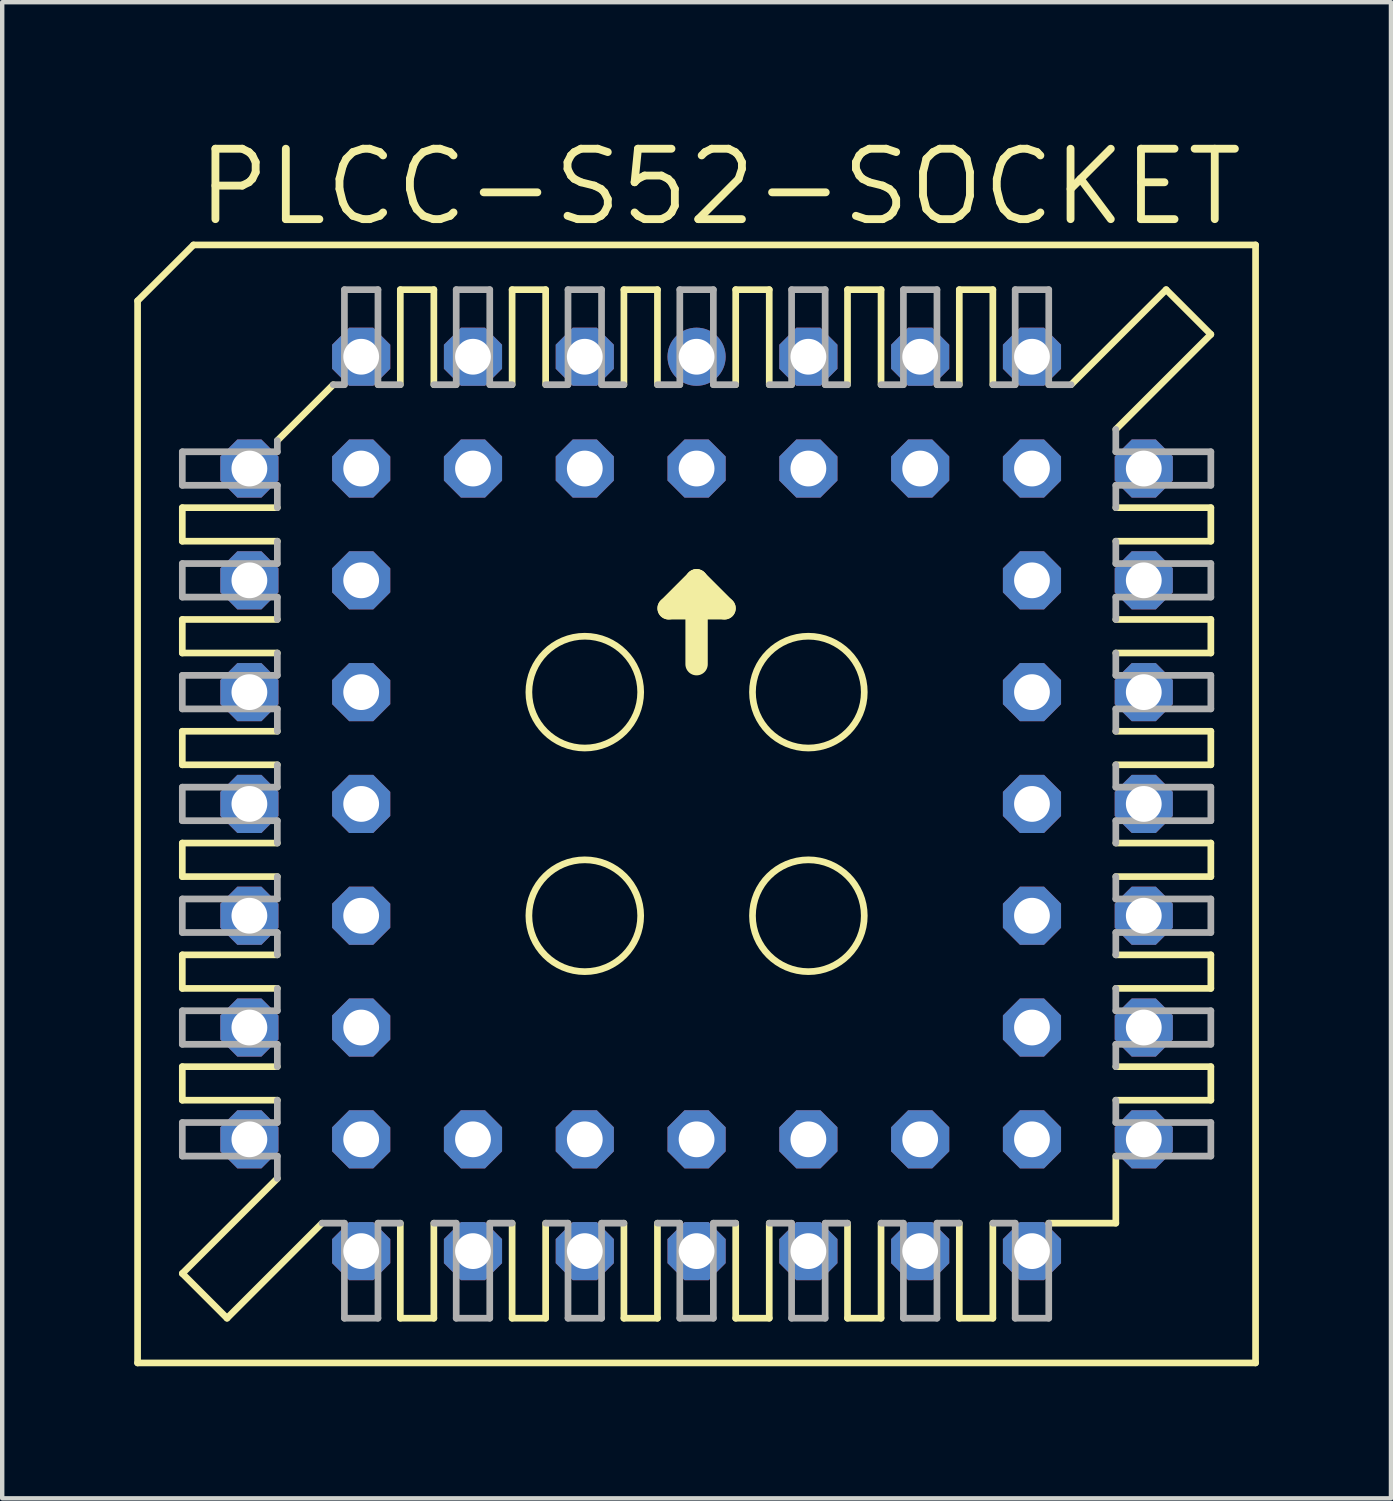
<source format=kicad_pcb>
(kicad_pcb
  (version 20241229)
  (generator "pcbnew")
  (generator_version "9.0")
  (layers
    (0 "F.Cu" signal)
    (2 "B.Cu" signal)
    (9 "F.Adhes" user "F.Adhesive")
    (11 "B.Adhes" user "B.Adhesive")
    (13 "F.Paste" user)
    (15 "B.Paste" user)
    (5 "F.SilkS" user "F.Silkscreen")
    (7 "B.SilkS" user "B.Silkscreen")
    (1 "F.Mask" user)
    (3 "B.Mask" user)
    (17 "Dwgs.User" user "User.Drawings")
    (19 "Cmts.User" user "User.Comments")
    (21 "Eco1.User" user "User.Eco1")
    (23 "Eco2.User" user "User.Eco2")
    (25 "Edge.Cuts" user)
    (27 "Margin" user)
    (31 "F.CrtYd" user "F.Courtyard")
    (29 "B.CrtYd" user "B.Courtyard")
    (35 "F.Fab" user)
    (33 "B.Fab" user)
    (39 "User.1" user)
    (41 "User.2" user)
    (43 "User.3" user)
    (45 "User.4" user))
  (footprint "PLCC-S52-SOCKET"
    (layer "F.Cu")
    (at 12.776 15.215)
    (property "Reference" "PLCC-S52-SOCKET" (at -11.43 -13.081 0) (layer "F.SilkS") (effects (font (size 1.6 1.6) (thickness 0.178)) (justify left bottom)))
    (fp_line (start -12.7 -11.43) (end -12.7 12.7) (stroke (width 0.152) (type solid)) (layer "F.SilkS"))
    (fp_line (start -11.684 -6.731) (end -11.684 -5.969) (stroke (width 0.152) (type solid)) (layer "F.SilkS"))
    (fp_line (start -11.684 -6.731) (end -9.525 -6.731) (stroke (width 0.152) (type solid)) (layer "F.SilkS"))
    (fp_line (start -11.684 -4.191) (end -11.684 -3.429) (stroke (width 0.152) (type solid)) (layer "F.SilkS"))
    (fp_line (start -11.684 -4.191) (end -9.525 -4.191) (stroke (width 0.152) (type solid)) (layer "F.SilkS"))
    (fp_line (start -11.684 -0.889) (end -11.684 -1.651) (stroke (width 0.152) (type solid)) (layer "F.SilkS"))
    (fp_line (start -11.684 -0.889) (end -9.525 -0.889) (stroke (width 0.152) (type solid)) (layer "F.SilkS"))
    (fp_line (start -11.684 1.651) (end -11.684 0.889) (stroke (width 0.152) (type solid)) (layer "F.SilkS"))
    (fp_line (start -11.684 1.651) (end -9.525 1.651) (stroke (width 0.152) (type solid)) (layer "F.SilkS"))
    (fp_line (start -11.684 4.191) (end -11.684 3.429) (stroke (width 0.152) (type solid)) (layer "F.SilkS"))
    (fp_line (start -11.684 4.191) (end -9.525 4.191) (stroke (width 0.152) (type solid)) (layer "F.SilkS"))
    (fp_line (start -11.684 5.969) (end -11.684 6.731) (stroke (width 0.152) (type solid)) (layer "F.SilkS"))
    (fp_line (start -11.684 5.969) (end -9.525 5.969) (stroke (width 0.152) (type solid)) (layer "F.SilkS"))
    (fp_line (start -11.684 10.668) (end -9.525 8.509) (stroke (width 0.152) (type solid)) (layer "F.SilkS"))
    (fp_line (start -11.43 -12.7) (end -12.7 -11.43) (stroke (width 0.152) (type solid)) (layer "F.SilkS"))
    (fp_line (start -10.668 11.684) (end -11.684 10.668) (stroke (width 0.152) (type solid)) (layer "F.SilkS"))
    (fp_line (start -10.668 11.684) (end -8.509 9.525) (stroke (width 0.152) (type solid)) (layer "F.SilkS"))
    (fp_line (start -9.525 -8.255) (end -8.255 -9.525) (stroke (width 0.152) (type solid)) (layer "F.SilkS"))
    (fp_line (start -9.525 -5.969) (end -11.684 -5.969) (stroke (width 0.152) (type solid)) (layer "F.SilkS"))
    (fp_line (start -9.525 -3.429) (end -11.684 -3.429) (stroke (width 0.152) (type solid)) (layer "F.SilkS"))
    (fp_line (start -9.525 -1.651) (end -11.684 -1.651) (stroke (width 0.152) (type solid)) (layer "F.SilkS"))
    (fp_line (start -9.525 0.889) (end -11.684 0.889) (stroke (width 0.152) (type solid)) (layer "F.SilkS"))
    (fp_line (start -9.525 3.429) (end -11.684 3.429) (stroke (width 0.152) (type solid)) (layer "F.SilkS"))
    (fp_line (start -9.525 6.731) (end -11.684 6.731) (stroke (width 0.152) (type solid)) (layer "F.SilkS"))
    (fp_line (start -6.731 -9.525) (end -6.731 -11.684) (stroke (width 0.152) (type solid)) (layer "F.SilkS"))
    (fp_line (start -6.731 11.684) (end -6.731 9.525) (stroke (width 0.152) (type solid)) (layer "F.SilkS"))
    (fp_line (start -6.731 11.684) (end -5.969 11.684) (stroke (width 0.152) (type solid)) (layer "F.SilkS"))
    (fp_line (start -5.969 -11.684) (end -6.731 -11.684) (stroke (width 0.152) (type solid)) (layer "F.SilkS"))
    (fp_line (start -5.969 -11.684) (end -5.969 -9.525) (stroke (width 0.152) (type solid)) (layer "F.SilkS"))
    (fp_line (start -5.969 9.525) (end -5.969 11.684) (stroke (width 0.152) (type solid)) (layer "F.SilkS"))
    (fp_line (start -4.191 -9.525) (end -4.191 -11.684) (stroke (width 0.152) (type solid)) (layer "F.SilkS"))
    (fp_line (start -4.191 11.684) (end -4.191 9.525) (stroke (width 0.152) (type solid)) (layer "F.SilkS"))
    (fp_line (start -4.191 11.684) (end -3.429 11.684) (stroke (width 0.152) (type solid)) (layer "F.SilkS"))
    (fp_line (start -3.429 -11.684) (end -4.191 -11.684) (stroke (width 0.152) (type solid)) (layer "F.SilkS"))
    (fp_line (start -3.429 -11.684) (end -3.429 -9.525) (stroke (width 0.152) (type solid)) (layer "F.SilkS"))
    (fp_line (start -3.429 9.525) (end -3.429 11.684) (stroke (width 0.152) (type solid)) (layer "F.SilkS"))
    (fp_line (start -1.651 -9.525) (end -1.651 -11.684) (stroke (width 0.152) (type solid)) (layer "F.SilkS"))
    (fp_line (start -1.651 11.684) (end -1.651 9.525) (stroke (width 0.152) (type solid)) (layer "F.SilkS"))
    (fp_line (start -1.651 11.684) (end -0.889 11.684) (stroke (width 0.152) (type solid)) (layer "F.SilkS"))
    (fp_line (start -0.889 -11.684) (end -1.651 -11.684) (stroke (width 0.152) (type solid)) (layer "F.SilkS"))
    (fp_line (start -0.889 -11.684) (end -0.889 -9.525) (stroke (width 0.152) (type solid)) (layer "F.SilkS"))
    (fp_line (start -0.889 9.525) (end -0.889 11.684) (stroke (width 0.152) (type solid)) (layer "F.SilkS"))
    (fp_line (start -0.635 -4.445) (end 0 -5.08) (stroke (width 0.508) (type solid)) (layer "F.SilkS"))
    (fp_line (start 0 -5.08) (end 0 -3.175) (stroke (width 0.508) (type solid)) (layer "F.SilkS"))
    (fp_line (start 0 -5.08) (end 0.635 -4.445) (stroke (width 0.508) (type solid)) (layer "F.SilkS"))
    (fp_line (start 0.635 -4.445) (end -0.635 -4.445) (stroke (width 0.508) (type solid)) (layer "F.SilkS"))
    (fp_line (start 0.889 -9.525) (end 0.889 -11.684) (stroke (width 0.152) (type solid)) (layer "F.SilkS"))
    (fp_line (start 0.889 11.684) (end 0.889 9.525) (stroke (width 0.152) (type solid)) (layer "F.SilkS"))
    (fp_line (start 0.889 11.684) (end 1.651 11.684) (stroke (width 0.152) (type solid)) (layer "F.SilkS"))
    (fp_line (start 1.651 -11.684) (end 0.889 -11.684) (stroke (width 0.152) (type solid)) (layer "F.SilkS"))
    (fp_line (start 1.651 -11.684) (end 1.651 -9.525) (stroke (width 0.152) (type solid)) (layer "F.SilkS"))
    (fp_line (start 1.651 9.525) (end 1.651 11.684) (stroke (width 0.152) (type solid)) (layer "F.SilkS"))
    (fp_line (start 3.429 -9.525) (end 3.429 -11.684) (stroke (width 0.152) (type solid)) (layer "F.SilkS"))
    (fp_line (start 3.429 11.684) (end 3.429 9.525) (stroke (width 0.152) (type solid)) (layer "F.SilkS"))
    (fp_line (start 3.429 11.684) (end 4.191 11.684) (stroke (width 0.152) (type solid)) (layer "F.SilkS"))
    (fp_line (start 4.191 -11.684) (end 3.429 -11.684) (stroke (width 0.152) (type solid)) (layer "F.SilkS"))
    (fp_line (start 4.191 -11.684) (end 4.191 -9.525) (stroke (width 0.152) (type solid)) (layer "F.SilkS"))
    (fp_line (start 4.191 9.525) (end 4.191 11.684) (stroke (width 0.152) (type solid)) (layer "F.SilkS"))
    (fp_line (start 5.969 -9.525) (end 5.969 -11.684) (stroke (width 0.152) (type solid)) (layer "F.SilkS"))
    (fp_line (start 5.969 11.684) (end 5.969 9.525) (stroke (width 0.152) (type solid)) (layer "F.SilkS"))
    (fp_line (start 5.969 11.684) (end 6.731 11.684) (stroke (width 0.152) (type solid)) (layer "F.SilkS"))
    (fp_line (start 6.731 -11.684) (end 5.969 -11.684) (stroke (width 0.152) (type solid)) (layer "F.SilkS"))
    (fp_line (start 6.731 -11.684) (end 6.731 -9.525) (stroke (width 0.152) (type solid)) (layer "F.SilkS"))
    (fp_line (start 6.731 9.525) (end 6.731 11.684) (stroke (width 0.152) (type solid)) (layer "F.SilkS"))
    (fp_line (start 8.001 9.525) (end 9.525 9.525) (stroke (width 0.152) (type solid)) (layer "F.SilkS"))
    (fp_line (start 9.525 -6.731) (end 11.684 -6.731) (stroke (width 0.152) (type solid)) (layer "F.SilkS"))
    (fp_line (start 9.525 -3.429) (end 11.684 -3.429) (stroke (width 0.152) (type solid)) (layer "F.SilkS"))
    (fp_line (start 9.525 -0.889) (end 11.684 -0.889) (stroke (width 0.152) (type solid)) (layer "F.SilkS"))
    (fp_line (start 9.525 1.651) (end 11.684 1.651) (stroke (width 0.152) (type solid)) (layer "F.SilkS"))
    (fp_line (start 9.525 3.429) (end 11.684 3.429) (stroke (width 0.152) (type solid)) (layer "F.SilkS"))
    (fp_line (start 9.525 5.969) (end 11.684 5.969) (stroke (width 0.152) (type solid)) (layer "F.SilkS"))
    (fp_line (start 9.525 9.525) (end 9.525 8.001) (stroke (width 0.152) (type solid)) (layer "F.SilkS"))
    (fp_line (start 10.668 -11.684) (end 8.509 -9.525) (stroke (width 0.152) (type solid)) (layer "F.SilkS"))
    (fp_line (start 11.684 -10.668) (end 9.525 -8.509) (stroke (width 0.152) (type solid)) (layer "F.SilkS"))
    (fp_line (start 11.684 -10.668) (end 10.668 -11.684) (stroke (width 0.152) (type solid)) (layer "F.SilkS"))
    (fp_line (start 11.684 -5.969) (end 9.525 -5.969) (stroke (width 0.152) (type solid)) (layer "F.SilkS"))
    (fp_line (start 11.684 -5.969) (end 11.684 -6.731) (stroke (width 0.152) (type solid)) (layer "F.SilkS"))
    (fp_line (start 11.684 -4.191) (end 9.525 -4.191) (stroke (width 0.152) (type solid)) (layer "F.SilkS"))
    (fp_line (start 11.684 -4.191) (end 11.684 -3.429) (stroke (width 0.152) (type solid)) (layer "F.SilkS"))
    (fp_line (start 11.684 -1.651) (end 9.525 -1.651) (stroke (width 0.152) (type solid)) (layer "F.SilkS"))
    (fp_line (start 11.684 -1.651) (end 11.684 -0.889) (stroke (width 0.152) (type solid)) (layer "F.SilkS"))
    (fp_line (start 11.684 0.889) (end 9.525 0.889) (stroke (width 0.152) (type solid)) (layer "F.SilkS"))
    (fp_line (start 11.684 0.889) (end 11.684 1.651) (stroke (width 0.152) (type solid)) (layer "F.SilkS"))
    (fp_line (start 11.684 4.191) (end 9.525 4.191) (stroke (width 0.152) (type solid)) (layer "F.SilkS"))
    (fp_line (start 11.684 4.191) (end 11.684 3.429) (stroke (width 0.152) (type solid)) (layer "F.SilkS"))
    (fp_line (start 11.684 6.731) (end 9.525 6.731) (stroke (width 0.152) (type solid)) (layer "F.SilkS"))
    (fp_line (start 11.684 6.731) (end 11.684 5.969) (stroke (width 0.152) (type solid)) (layer "F.SilkS"))
    (fp_line (start 12.7 -12.7) (end -11.43 -12.7) (stroke (width 0.152) (type solid)) (layer "F.SilkS"))
    (fp_line (start 12.7 12.7) (end -12.7 12.7) (stroke (width 0.152) (type solid)) (layer "F.SilkS"))
    (fp_line (start 12.7 12.7) (end 12.7 -12.7) (stroke (width 0.152) (type solid)) (layer "F.SilkS"))
    (fp_circle (center -2.54 -2.54) (end -1.27 -2.54) (stroke (width 0.152) (type solid)) (fill no) (layer "F.SilkS"))
    (fp_circle (center -2.54 2.54) (end -1.27 2.54) (stroke (width 0.152) (type solid)) (fill no) (layer "F.SilkS"))
    (fp_circle (center 2.54 -2.54) (end 3.81 -2.54) (stroke (width 0.152) (type solid)) (fill no) (layer "F.SilkS"))
    (fp_circle (center 2.54 2.54) (end 3.81 2.54) (stroke (width 0.152) (type solid)) (fill no) (layer "F.SilkS"))
    (fp_line (start -11.684 -8.001) (end -11.684 -7.239) (stroke (width 0.152) (type solid)) (layer "F.Fab"))
    (fp_line (start -11.684 -8.001) (end -9.525 -8.001) (stroke (width 0.152) (type solid)) (layer "F.Fab"))
    (fp_line (start -11.684 -5.461) (end -11.684 -4.699) (stroke (width 0.152) (type solid)) (layer "F.Fab"))
    (fp_line (start -11.684 -5.461) (end -9.525 -5.461) (stroke (width 0.152) (type solid)) (layer "F.Fab"))
    (fp_line (start -11.684 -2.921) (end -11.684 -2.159) (stroke (width 0.152) (type solid)) (layer "F.Fab"))
    (fp_line (start -11.684 -2.921) (end -9.525 -2.921) (stroke (width 0.152) (type solid)) (layer "F.Fab"))
    (fp_line (start -11.684 0.381) (end -11.684 -0.381) (stroke (width 0.152) (type solid)) (layer "F.Fab"))
    (fp_line (start -11.684 0.381) (end -9.525 0.381) (stroke (width 0.152) (type solid)) (layer "F.Fab"))
    (fp_line (start -11.684 2.921) (end -11.684 2.159) (stroke (width 0.152) (type solid)) (layer "F.Fab"))
    (fp_line (start -11.684 2.921) (end -9.525 2.921) (stroke (width 0.152) (type solid)) (layer "F.Fab"))
    (fp_line (start -11.684 5.461) (end -11.684 4.699) (stroke (width 0.152) (type solid)) (layer "F.Fab"))
    (fp_line (start -11.684 5.461) (end -9.525 5.461) (stroke (width 0.152) (type solid)) (layer "F.Fab"))
    (fp_line (start -11.684 8.001) (end -11.684 7.239) (stroke (width 0.152) (type solid)) (layer "F.Fab"))
    (fp_line (start -11.684 8.001) (end -9.525 8.001) (stroke (width 0.152) (type solid)) (layer "F.Fab"))
    (fp_line (start -9.525 -8.001) (end -9.525 -8.255) (stroke (width 0.152) (type solid)) (layer "F.Fab"))
    (fp_line (start -9.525 -7.239) (end -11.684 -7.239) (stroke (width 0.152) (type solid)) (layer "F.Fab"))
    (fp_line (start -9.525 -7.239) (end -9.525 -6.731) (stroke (width 0.152) (type solid)) (layer "F.Fab"))
    (fp_line (start -9.525 -5.969) (end -9.525 -5.461) (stroke (width 0.152) (type solid)) (layer "F.Fab"))
    (fp_line (start -9.525 -4.699) (end -11.684 -4.699) (stroke (width 0.152) (type solid)) (layer "F.Fab"))
    (fp_line (start -9.525 -4.699) (end -9.525 -4.191) (stroke (width 0.152) (type solid)) (layer "F.Fab"))
    (fp_line (start -9.525 -3.429) (end -9.525 -2.921) (stroke (width 0.152) (type solid)) (layer "F.Fab"))
    (fp_line (start -9.525 -2.159) (end -11.684 -2.159) (stroke (width 0.152) (type solid)) (layer "F.Fab"))
    (fp_line (start -9.525 -2.159) (end -9.525 -1.651) (stroke (width 0.152) (type solid)) (layer "F.Fab"))
    (fp_line (start -9.525 -0.381) (end -11.684 -0.381) (stroke (width 0.152) (type solid)) (layer "F.Fab"))
    (fp_line (start -9.525 -0.381) (end -9.525 -0.889) (stroke (width 0.152) (type solid)) (layer "F.Fab"))
    (fp_line (start -9.525 0.889) (end -9.525 0.381) (stroke (width 0.152) (type solid)) (layer "F.Fab"))
    (fp_line (start -9.525 2.159) (end -11.684 2.159) (stroke (width 0.152) (type solid)) (layer "F.Fab"))
    (fp_line (start -9.525 2.159) (end -9.525 1.651) (stroke (width 0.152) (type solid)) (layer "F.Fab"))
    (fp_line (start -9.525 3.429) (end -9.525 2.921) (stroke (width 0.152) (type solid)) (layer "F.Fab"))
    (fp_line (start -9.525 4.699) (end -11.684 4.699) (stroke (width 0.152) (type solid)) (layer "F.Fab"))
    (fp_line (start -9.525 4.699) (end -9.525 4.191) (stroke (width 0.152) (type solid)) (layer "F.Fab"))
    (fp_line (start -9.525 5.461) (end -9.525 5.969) (stroke (width 0.152) (type solid)) (layer "F.Fab"))
    (fp_line (start -9.525 6.731) (end -9.525 7.239) (stroke (width 0.152) (type solid)) (layer "F.Fab"))
    (fp_line (start -9.525 7.239) (end -11.684 7.239) (stroke (width 0.152) (type solid)) (layer "F.Fab"))
    (fp_line (start -9.525 8.509) (end -9.525 8.001) (stroke (width 0.152) (type solid)) (layer "F.Fab"))
    (fp_line (start -8.509 9.525) (end -8.001 9.525) (stroke (width 0.152) (type solid)) (layer "F.Fab"))
    (fp_line (start -8.255 -9.525) (end -8.001 -9.525) (stroke (width 0.152) (type solid)) (layer "F.Fab"))
    (fp_line (start -8.001 -9.525) (end -8.001 -11.684) (stroke (width 0.152) (type solid)) (layer "F.Fab"))
    (fp_line (start -8.001 11.684) (end -8.001 9.525) (stroke (width 0.152) (type solid)) (layer "F.Fab"))
    (fp_line (start -8.001 11.684) (end -7.239 11.684) (stroke (width 0.152) (type solid)) (layer "F.Fab"))
    (fp_line (start -7.239 -11.684) (end -8.001 -11.684) (stroke (width 0.152) (type solid)) (layer "F.Fab"))
    (fp_line (start -7.239 -11.684) (end -7.239 -9.525) (stroke (width 0.152) (type solid)) (layer "F.Fab"))
    (fp_line (start -7.239 9.525) (end -7.239 11.684) (stroke (width 0.152) (type solid)) (layer "F.Fab"))
    (fp_line (start -7.239 9.525) (end -6.731 9.525) (stroke (width 0.152) (type solid)) (layer "F.Fab"))
    (fp_line (start -6.731 -9.525) (end -7.239 -9.525) (stroke (width 0.152) (type solid)) (layer "F.Fab"))
    (fp_line (start -5.969 9.525) (end -5.461 9.525) (stroke (width 0.152) (type solid)) (layer "F.Fab"))
    (fp_line (start -5.461 -9.525) (end -5.969 -9.525) (stroke (width 0.152) (type solid)) (layer "F.Fab"))
    (fp_line (start -5.461 -9.525) (end -5.461 -11.684) (stroke (width 0.152) (type solid)) (layer "F.Fab"))
    (fp_line (start -5.461 11.684) (end -5.461 9.525) (stroke (width 0.152) (type solid)) (layer "F.Fab"))
    (fp_line (start -5.461 11.684) (end -4.699 11.684) (stroke (width 0.152) (type solid)) (layer "F.Fab"))
    (fp_line (start -4.699 -11.684) (end -5.461 -11.684) (stroke (width 0.152) (type solid)) (layer "F.Fab"))
    (fp_line (start -4.699 -11.684) (end -4.699 -9.525) (stroke (width 0.152) (type solid)) (layer "F.Fab"))
    (fp_line (start -4.699 9.525) (end -4.699 11.684) (stroke (width 0.152) (type solid)) (layer "F.Fab"))
    (fp_line (start -4.699 9.525) (end -4.191 9.525) (stroke (width 0.152) (type solid)) (layer "F.Fab"))
    (fp_line (start -4.191 -9.525) (end -4.699 -9.525) (stroke (width 0.152) (type solid)) (layer "F.Fab"))
    (fp_line (start -3.429 9.525) (end -2.921 9.525) (stroke (width 0.152) (type solid)) (layer "F.Fab"))
    (fp_line (start -2.921 -9.525) (end -3.429 -9.525) (stroke (width 0.152) (type solid)) (layer "F.Fab"))
    (fp_line (start -2.921 -9.525) (end -2.921 -11.684) (stroke (width 0.152) (type solid)) (layer "F.Fab"))
    (fp_line (start -2.921 11.684) (end -2.921 9.525) (stroke (width 0.152) (type solid)) (layer "F.Fab"))
    (fp_line (start -2.921 11.684) (end -2.159 11.684) (stroke (width 0.152) (type solid)) (layer "F.Fab"))
    (fp_line (start -2.159 -11.684) (end -2.921 -11.684) (stroke (width 0.152) (type solid)) (layer "F.Fab"))
    (fp_line (start -2.159 -11.684) (end -2.159 -9.525) (stroke (width 0.152) (type solid)) (layer "F.Fab"))
    (fp_line (start -2.159 9.525) (end -2.159 11.684) (stroke (width 0.152) (type solid)) (layer "F.Fab"))
    (fp_line (start -2.159 9.525) (end -1.651 9.525) (stroke (width 0.152) (type solid)) (layer "F.Fab"))
    (fp_line (start -1.651 -9.525) (end -2.159 -9.525) (stroke (width 0.152) (type solid)) (layer "F.Fab"))
    (fp_line (start -0.889 9.525) (end -0.381 9.525) (stroke (width 0.152) (type solid)) (layer "F.Fab"))
    (fp_line (start -0.381 -9.525) (end -0.889 -9.525) (stroke (width 0.152) (type solid)) (layer "F.Fab"))
    (fp_line (start -0.381 -9.525) (end -0.381 -11.684) (stroke (width 0.152) (type solid)) (layer "F.Fab"))
    (fp_line (start -0.381 11.684) (end -0.381 9.525) (stroke (width 0.152) (type solid)) (layer "F.Fab"))
    (fp_line (start -0.381 11.684) (end 0.381 11.684) (stroke (width 0.152) (type solid)) (layer "F.Fab"))
    (fp_line (start 0.381 -11.684) (end -0.381 -11.684) (stroke (width 0.152) (type solid)) (layer "F.Fab"))
    (fp_line (start 0.381 -11.684) (end 0.381 -9.525) (stroke (width 0.152) (type solid)) (layer "F.Fab"))
    (fp_line (start 0.381 9.525) (end 0.381 11.684) (stroke (width 0.152) (type solid)) (layer "F.Fab"))
    (fp_line (start 0.381 9.525) (end 0.889 9.525) (stroke (width 0.152) (type solid)) (layer "F.Fab"))
    (fp_line (start 0.889 -9.525) (end 0.381 -9.525) (stroke (width 0.152) (type solid)) (layer "F.Fab"))
    (fp_line (start 1.651 9.525) (end 2.159 9.525) (stroke (width 0.152) (type solid)) (layer "F.Fab"))
    (fp_line (start 2.159 -9.525) (end 1.651 -9.525) (stroke (width 0.152) (type solid)) (layer "F.Fab"))
    (fp_line (start 2.159 -9.525) (end 2.159 -11.684) (stroke (width 0.152) (type solid)) (layer "F.Fab"))
    (fp_line (start 2.159 11.684) (end 2.159 9.525) (stroke (width 0.152) (type solid)) (layer "F.Fab"))
    (fp_line (start 2.159 11.684) (end 2.921 11.684) (stroke (width 0.152) (type solid)) (layer "F.Fab"))
    (fp_line (start 2.921 -11.684) (end 2.159 -11.684) (stroke (width 0.152) (type solid)) (layer "F.Fab"))
    (fp_line (start 2.921 -11.684) (end 2.921 -9.525) (stroke (width 0.152) (type solid)) (layer "F.Fab"))
    (fp_line (start 2.921 9.525) (end 2.921 11.684) (stroke (width 0.152) (type solid)) (layer "F.Fab"))
    (fp_line (start 2.921 9.525) (end 3.429 9.525) (stroke (width 0.152) (type solid)) (layer "F.Fab"))
    (fp_line (start 3.429 -9.525) (end 2.921 -9.525) (stroke (width 0.152) (type solid)) (layer "F.Fab"))
    (fp_line (start 4.191 9.525) (end 4.699 9.525) (stroke (width 0.152) (type solid)) (layer "F.Fab"))
    (fp_line (start 4.699 -9.525) (end 4.191 -9.525) (stroke (width 0.152) (type solid)) (layer "F.Fab"))
    (fp_line (start 4.699 -9.525) (end 4.699 -11.684) (stroke (width 0.152) (type solid)) (layer "F.Fab"))
    (fp_line (start 4.699 11.684) (end 4.699 9.525) (stroke (width 0.152) (type solid)) (layer "F.Fab"))
    (fp_line (start 4.699 11.684) (end 5.461 11.684) (stroke (width 0.152) (type solid)) (layer "F.Fab"))
    (fp_line (start 5.461 -11.684) (end 4.699 -11.684) (stroke (width 0.152) (type solid)) (layer "F.Fab"))
    (fp_line (start 5.461 -11.684) (end 5.461 -9.525) (stroke (width 0.152) (type solid)) (layer "F.Fab"))
    (fp_line (start 5.461 9.525) (end 5.461 11.684) (stroke (width 0.152) (type solid)) (layer "F.Fab"))
    (fp_line (start 5.461 9.525) (end 5.969 9.525) (stroke (width 0.152) (type solid)) (layer "F.Fab"))
    (fp_line (start 5.969 -9.525) (end 5.461 -9.525) (stroke (width 0.152) (type solid)) (layer "F.Fab"))
    (fp_line (start 6.731 9.525) (end 7.239 9.525) (stroke (width 0.152) (type solid)) (layer "F.Fab"))
    (fp_line (start 7.239 -9.525) (end 6.731 -9.525) (stroke (width 0.152) (type solid)) (layer "F.Fab"))
    (fp_line (start 7.239 -9.525) (end 7.239 -11.684) (stroke (width 0.152) (type solid)) (layer "F.Fab"))
    (fp_line (start 7.239 11.684) (end 7.239 9.525) (stroke (width 0.152) (type solid)) (layer "F.Fab"))
    (fp_line (start 7.239 11.684) (end 8.001 11.684) (stroke (width 0.152) (type solid)) (layer "F.Fab"))
    (fp_line (start 8.001 -11.684) (end 7.239 -11.684) (stroke (width 0.152) (type solid)) (layer "F.Fab"))
    (fp_line (start 8.001 -11.684) (end 8.001 -9.525) (stroke (width 0.152) (type solid)) (layer "F.Fab"))
    (fp_line (start 8.001 9.525) (end 8.001 11.684) (stroke (width 0.152) (type solid)) (layer "F.Fab"))
    (fp_line (start 8.509 -9.525) (end 8.001 -9.525) (stroke (width 0.152) (type solid)) (layer "F.Fab"))
    (fp_line (start 9.525 -8.509) (end 9.525 -8.001) (stroke (width 0.152) (type solid)) (layer "F.Fab"))
    (fp_line (start 9.525 -7.239) (end 11.684 -7.239) (stroke (width 0.152) (type solid)) (layer "F.Fab"))
    (fp_line (start 9.525 -6.731) (end 9.525 -7.239) (stroke (width 0.152) (type solid)) (layer "F.Fab"))
    (fp_line (start 9.525 -5.461) (end 9.525 -5.969) (stroke (width 0.152) (type solid)) (layer "F.Fab"))
    (fp_line (start 9.525 -4.699) (end 9.525 -4.191) (stroke (width 0.152) (type solid)) (layer "F.Fab"))
    (fp_line (start 9.525 -4.699) (end 11.684 -4.699) (stroke (width 0.152) (type solid)) (layer "F.Fab"))
    (fp_line (start 9.525 -3.429) (end 9.525 -2.921) (stroke (width 0.152) (type solid)) (layer "F.Fab"))
    (fp_line (start 9.525 -2.159) (end 9.525 -1.651) (stroke (width 0.152) (type solid)) (layer "F.Fab"))
    (fp_line (start 9.525 -2.159) (end 11.684 -2.159) (stroke (width 0.152) (type solid)) (layer "F.Fab"))
    (fp_line (start 9.525 -0.889) (end 9.525 -0.381) (stroke (width 0.152) (type solid)) (layer "F.Fab"))
    (fp_line (start 9.525 0.381) (end 9.525 0.889) (stroke (width 0.152) (type solid)) (layer "F.Fab"))
    (fp_line (start 9.525 0.381) (end 11.684 0.381) (stroke (width 0.152) (type solid)) (layer "F.Fab"))
    (fp_line (start 9.525 1.651) (end 9.525 2.159) (stroke (width 0.152) (type solid)) (layer "F.Fab"))
    (fp_line (start 9.525 2.159) (end 11.684 2.159) (stroke (width 0.152) (type solid)) (layer "F.Fab"))
    (fp_line (start 9.525 3.429) (end 9.525 2.921) (stroke (width 0.152) (type solid)) (layer "F.Fab"))
    (fp_line (start 9.525 4.699) (end 9.525 4.191) (stroke (width 0.152) (type solid)) (layer "F.Fab"))
    (fp_line (start 9.525 4.699) (end 11.684 4.699) (stroke (width 0.152) (type solid)) (layer "F.Fab"))
    (fp_line (start 9.525 5.969) (end 9.525 5.461) (stroke (width 0.152) (type solid)) (layer "F.Fab"))
    (fp_line (start 9.525 7.239) (end 9.525 6.731) (stroke (width 0.152) (type solid)) (layer "F.Fab"))
    (fp_line (start 9.525 7.239) (end 11.684 7.239) (stroke (width 0.152) (type solid)) (layer "F.Fab"))
    (fp_line (start 11.684 -8.001) (end 9.525 -8.001) (stroke (width 0.152) (type solid)) (layer "F.Fab"))
    (fp_line (start 11.684 -8.001) (end 11.684 -7.239) (stroke (width 0.152) (type solid)) (layer "F.Fab"))
    (fp_line (start 11.684 -5.461) (end 9.525 -5.461) (stroke (width 0.152) (type solid)) (layer "F.Fab"))
    (fp_line (start 11.684 -5.461) (end 11.684 -4.699) (stroke (width 0.152) (type solid)) (layer "F.Fab"))
    (fp_line (start 11.684 -2.921) (end 9.525 -2.921) (stroke (width 0.152) (type solid)) (layer "F.Fab"))
    (fp_line (start 11.684 -2.921) (end 11.684 -2.159) (stroke (width 0.152) (type solid)) (layer "F.Fab"))
    (fp_line (start 11.684 -0.381) (end 9.525 -0.381) (stroke (width 0.152) (type solid)) (layer "F.Fab"))
    (fp_line (start 11.684 -0.381) (end 11.684 0.381) (stroke (width 0.152) (type solid)) (layer "F.Fab"))
    (fp_line (start 11.684 2.921) (end 9.525 2.921) (stroke (width 0.152) (type solid)) (layer "F.Fab"))
    (fp_line (start 11.684 2.921) (end 11.684 2.159) (stroke (width 0.152) (type solid)) (layer "F.Fab"))
    (fp_line (start 11.684 5.461) (end 9.525 5.461) (stroke (width 0.152) (type solid)) (layer "F.Fab"))
    (fp_line (start 11.684 5.461) (end 11.684 4.699) (stroke (width 0.152) (type solid)) (layer "F.Fab"))
    (fp_line (start 11.684 8.001) (end 9.525 8.001) (stroke (width 0.152) (type solid)) (layer "F.Fab"))
    (fp_line (start 11.684 8.001) (end 11.684 7.239) (stroke (width 0.152) (type solid)) (layer "F.Fab"))
    (pad "1" thru_hole circle (at 0 -10.16) (size 1.321 1.321) (drill 0.813) (layers "*.Cu" "*.Mask"))
    (pad "2" thru_hole roundrect (at 0 -7.62) (size 1.321 1.321) (drill 0.813) (layers "*.Cu" "*.Mask") (roundrect_rratio 0.25) (chamfer_ratio 0.293) (chamfer top_left top_right bottom_left bottom_right))
    (pad "3" thru_hole roundrect (at -2.54 -10.16) (size 1.321 1.321) (drill 0.813) (layers "*.Cu" "*.Mask") (roundrect_rratio 0.25) (chamfer_ratio 0.293) (chamfer top_left top_right bottom_left bottom_right))
    (pad "4" thru_hole roundrect (at -2.54 -7.62) (size 1.321 1.321) (drill 0.813) (layers "*.Cu" "*.Mask") (roundrect_rratio 0.25) (chamfer_ratio 0.293) (chamfer top_left top_right bottom_left bottom_right))
    (pad "5" thru_hole roundrect (at -5.08 -10.16) (size 1.321 1.321) (drill 0.813) (layers "*.Cu" "*.Mask") (roundrect_rratio 0.25) (chamfer_ratio 0.293) (chamfer top_left top_right bottom_left bottom_right))
    (pad "6" thru_hole roundrect (at -5.08 -7.62) (size 1.321 1.321) (drill 0.813) (layers "*.Cu" "*.Mask") (roundrect_rratio 0.25) (chamfer_ratio 0.293) (chamfer top_left top_right bottom_left bottom_right))
    (pad "7" thru_hole roundrect (at -7.62 -10.16) (size 1.321 1.321) (drill 0.813) (layers "*.Cu" "*.Mask") (roundrect_rratio 0.25) (chamfer_ratio 0.293) (chamfer top_left top_right bottom_left bottom_right))
    (pad "8" thru_hole roundrect (at -10.16 -7.62) (size 1.321 1.321) (drill 0.813) (layers "*.Cu" "*.Mask") (roundrect_rratio 0.25) (chamfer_ratio 0.293) (chamfer top_left top_right bottom_left bottom_right))
    (pad "9" thru_hole roundrect (at -7.62 -7.62) (size 1.321 1.321) (drill 0.813) (layers "*.Cu" "*.Mask") (roundrect_rratio 0.25) (chamfer_ratio 0.293) (chamfer top_left top_right bottom_left bottom_right))
    (pad "10" thru_hole roundrect (at -10.16 -5.08) (size 1.321 1.321) (drill 0.813) (layers "*.Cu" "*.Mask") (roundrect_rratio 0.25) (chamfer_ratio 0.293) (chamfer top_left top_right bottom_left bottom_right))
    (pad "11" thru_hole roundrect (at -7.62 -5.08) (size 1.321 1.321) (drill 0.813) (layers "*.Cu" "*.Mask") (roundrect_rratio 0.25) (chamfer_ratio 0.293) (chamfer top_left top_right bottom_left bottom_right))
    (pad "12" thru_hole roundrect (at -10.16 -2.54) (size 1.321 1.321) (drill 0.813) (layers "*.Cu" "*.Mask") (roundrect_rratio 0.25) (chamfer_ratio 0.293) (chamfer top_left top_right bottom_left bottom_right))
    (pad "13" thru_hole roundrect (at -7.62 -2.54) (size 1.321 1.321) (drill 0.813) (layers "*.Cu" "*.Mask") (roundrect_rratio 0.25) (chamfer_ratio 0.293) (chamfer top_left top_right bottom_left bottom_right))
    (pad "14" thru_hole roundrect (at -10.16 0) (size 1.321 1.321) (drill 0.813) (layers "*.Cu" "*.Mask") (roundrect_rratio 0.25) (chamfer_ratio 0.293) (chamfer top_left top_right bottom_left bottom_right))
    (pad "15" thru_hole roundrect (at -7.62 0) (size 1.321 1.321) (drill 0.813) (layers "*.Cu" "*.Mask") (roundrect_rratio 0.25) (chamfer_ratio 0.293) (chamfer top_left top_right bottom_left bottom_right))
    (pad "16" thru_hole roundrect (at -10.16 2.54) (size 1.321 1.321) (drill 0.813) (layers "*.Cu" "*.Mask") (roundrect_rratio 0.25) (chamfer_ratio 0.293) (chamfer top_left top_right bottom_left bottom_right))
    (pad "17" thru_hole roundrect (at -7.62 2.54) (size 1.321 1.321) (drill 0.813) (layers "*.Cu" "*.Mask") (roundrect_rratio 0.25) (chamfer_ratio 0.293) (chamfer top_left top_right bottom_left bottom_right))
    (pad "18" thru_hole roundrect (at -10.16 5.08) (size 1.321 1.321) (drill 0.813) (layers "*.Cu" "*.Mask") (roundrect_rratio 0.25) (chamfer_ratio 0.293) (chamfer top_left top_right bottom_left bottom_right))
    (pad "19" thru_hole roundrect (at -7.62 5.08) (size 1.321 1.321) (drill 0.813) (layers "*.Cu" "*.Mask") (roundrect_rratio 0.25) (chamfer_ratio 0.293) (chamfer top_left top_right bottom_left bottom_right))
    (pad "20" thru_hole roundrect (at -10.16 7.62) (size 1.321 1.321) (drill 0.813) (layers "*.Cu" "*.Mask") (roundrect_rratio 0.25) (chamfer_ratio 0.293) (chamfer top_left top_right bottom_left bottom_right))
    (pad "21" thru_hole roundrect (at -7.62 10.16) (size 1.321 1.321) (drill 0.813) (layers "*.Cu" "*.Mask") (roundrect_rratio 0.25) (chamfer_ratio 0.293) (chamfer top_left top_right bottom_left bottom_right))
    (pad "22" thru_hole roundrect (at -7.62 7.62) (size 1.321 1.321) (drill 0.813) (layers "*.Cu" "*.Mask") (roundrect_rratio 0.25) (chamfer_ratio 0.293) (chamfer top_left top_right bottom_left bottom_right))
    (pad "23" thru_hole roundrect (at -5.08 10.16) (size 1.321 1.321) (drill 0.813) (layers "*.Cu" "*.Mask") (roundrect_rratio 0.25) (chamfer_ratio 0.293) (chamfer top_left top_right bottom_left bottom_right))
    (pad "24" thru_hole roundrect (at -5.08 7.62) (size 1.321 1.321) (drill 0.813) (layers "*.Cu" "*.Mask") (roundrect_rratio 0.25) (chamfer_ratio 0.293) (chamfer top_left top_right bottom_left bottom_right))
    (pad "25" thru_hole roundrect (at -2.54 10.16) (size 1.321 1.321) (drill 0.813) (layers "*.Cu" "*.Mask") (roundrect_rratio 0.25) (chamfer_ratio 0.293) (chamfer top_left top_right bottom_left bottom_right))
    (pad "26" thru_hole roundrect (at -2.54 7.62) (size 1.321 1.321) (drill 0.813) (layers "*.Cu" "*.Mask") (roundrect_rratio 0.25) (chamfer_ratio 0.293) (chamfer top_left top_right bottom_left bottom_right))
    (pad "27" thru_hole roundrect (at 0 10.16) (size 1.321 1.321) (drill 0.813) (layers "*.Cu" "*.Mask") (roundrect_rratio 0.25) (chamfer_ratio 0.293) (chamfer top_left top_right bottom_left bottom_right))
    (pad "28" thru_hole roundrect (at 0 7.62) (size 1.321 1.321) (drill 0.813) (layers "*.Cu" "*.Mask") (roundrect_rratio 0.25) (chamfer_ratio 0.293) (chamfer top_left top_right bottom_left bottom_right))
    (pad "29" thru_hole roundrect (at 2.54 10.16) (size 1.321 1.321) (drill 0.813) (layers "*.Cu" "*.Mask") (roundrect_rratio 0.25) (chamfer_ratio 0.293) (chamfer top_left top_right bottom_left bottom_right))
    (pad "30" thru_hole roundrect (at 2.54 7.62) (size 1.321 1.321) (drill 0.813) (layers "*.Cu" "*.Mask") (roundrect_rratio 0.25) (chamfer_ratio 0.293) (chamfer top_left top_right bottom_left bottom_right))
    (pad "31" thru_hole roundrect (at 5.08 10.16) (size 1.321 1.321) (drill 0.813) (layers "*.Cu" "*.Mask") (roundrect_rratio 0.25) (chamfer_ratio 0.293) (chamfer top_left top_right bottom_left bottom_right))
    (pad "32" thru_hole roundrect (at 5.08 7.62) (size 1.321 1.321) (drill 0.813) (layers "*.Cu" "*.Mask") (roundrect_rratio 0.25) (chamfer_ratio 0.293) (chamfer top_left top_right bottom_left bottom_right))
    (pad "33" thru_hole roundrect (at 7.62 10.16) (size 1.321 1.321) (drill 0.813) (layers "*.Cu" "*.Mask") (roundrect_rratio 0.25) (chamfer_ratio 0.293) (chamfer top_left top_right bottom_left bottom_right))
    (pad "34" thru_hole roundrect (at 10.16 7.62) (size 1.321 1.321) (drill 0.813) (layers "*.Cu" "*.Mask") (roundrect_rratio 0.25) (chamfer_ratio 0.293) (chamfer top_left top_right bottom_left bottom_right))
    (pad "35" thru_hole roundrect (at 7.62 7.62) (size 1.321 1.321) (drill 0.813) (layers "*.Cu" "*.Mask") (roundrect_rratio 0.25) (chamfer_ratio 0.293) (chamfer top_left top_right bottom_left bottom_right))
    (pad "36" thru_hole roundrect (at 10.16 5.08) (size 1.321 1.321) (drill 0.813) (layers "*.Cu" "*.Mask") (roundrect_rratio 0.25) (chamfer_ratio 0.293) (chamfer top_left top_right bottom_left bottom_right))
    (pad "37" thru_hole roundrect (at 7.62 5.08) (size 1.321 1.321) (drill 0.813) (layers "*.Cu" "*.Mask") (roundrect_rratio 0.25) (chamfer_ratio 0.293) (chamfer top_left top_right bottom_left bottom_right))
    (pad "38" thru_hole roundrect (at 10.16 2.54) (size 1.321 1.321) (drill 0.813) (layers "*.Cu" "*.Mask") (roundrect_rratio 0.25) (chamfer_ratio 0.293) (chamfer top_left top_right bottom_left bottom_right))
    (pad "39" thru_hole roundrect (at 7.62 2.54) (size 1.321 1.321) (drill 0.813) (layers "*.Cu" "*.Mask") (roundrect_rratio 0.25) (chamfer_ratio 0.293) (chamfer top_left top_right bottom_left bottom_right))
    (pad "40" thru_hole roundrect (at 10.16 0) (size 1.321 1.321) (drill 0.813) (layers "*.Cu" "*.Mask") (roundrect_rratio 0.25) (chamfer_ratio 0.293) (chamfer top_left top_right bottom_left bottom_right))
    (pad "41" thru_hole roundrect (at 7.62 0) (size 1.321 1.321) (drill 0.813) (layers "*.Cu" "*.Mask") (roundrect_rratio 0.25) (chamfer_ratio 0.293) (chamfer top_left top_right bottom_left bottom_right))
    (pad "42" thru_hole roundrect (at 10.16 -2.54) (size 1.321 1.321) (drill 0.813) (layers "*.Cu" "*.Mask") (roundrect_rratio 0.25) (chamfer_ratio 0.293) (chamfer top_left top_right bottom_left bottom_right))
    (pad "43" thru_hole roundrect (at 7.62 -2.54) (size 1.321 1.321) (drill 0.813) (layers "*.Cu" "*.Mask") (roundrect_rratio 0.25) (chamfer_ratio 0.293) (chamfer top_left top_right bottom_left bottom_right))
    (pad "44" thru_hole roundrect (at 10.16 -5.08) (size 1.321 1.321) (drill 0.813) (layers "*.Cu" "*.Mask") (roundrect_rratio 0.25) (chamfer_ratio 0.293) (chamfer top_left top_right bottom_left bottom_right))
    (pad "45" thru_hole roundrect (at 7.62 -5.08) (size 1.321 1.321) (drill 0.813) (layers "*.Cu" "*.Mask") (roundrect_rratio 0.25) (chamfer_ratio 0.293) (chamfer top_left top_right bottom_left bottom_right))
    (pad "46" thru_hole roundrect (at 10.16 -7.62) (size 1.321 1.321) (drill 0.813) (layers "*.Cu" "*.Mask") (roundrect_rratio 0.25) (chamfer_ratio 0.293) (chamfer top_left top_right bottom_left bottom_right))
    (pad "47" thru_hole roundrect (at 7.62 -10.16) (size 1.321 1.321) (drill 0.813) (layers "*.Cu" "*.Mask") (roundrect_rratio 0.25) (chamfer_ratio 0.293) (chamfer top_left top_right bottom_left bottom_right))
    (pad "48" thru_hole roundrect (at 7.62 -7.62) (size 1.321 1.321) (drill 0.813) (layers "*.Cu" "*.Mask") (roundrect_rratio 0.25) (chamfer_ratio 0.293) (chamfer top_left top_right bottom_left bottom_right))
    (pad "49" thru_hole roundrect (at 5.08 -10.16) (size 1.321 1.321) (drill 0.813) (layers "*.Cu" "*.Mask") (roundrect_rratio 0.25) (chamfer_ratio 0.293) (chamfer top_left top_right bottom_left bottom_right))
    (pad "50" thru_hole roundrect (at 5.08 -7.62) (size 1.321 1.321) (drill 0.813) (layers "*.Cu" "*.Mask") (roundrect_rratio 0.25) (chamfer_ratio 0.293) (chamfer top_left top_right bottom_left bottom_right))
    (pad "51" thru_hole roundrect (at 2.54 -10.16) (size 1.321 1.321) (drill 0.813) (layers "*.Cu" "*.Mask") (roundrect_rratio 0.25) (chamfer_ratio 0.293) (chamfer top_left top_right bottom_left bottom_right))
    (pad "52" thru_hole roundrect (at 2.54 -7.62) (size 1.321 1.321) (drill 0.813) (layers "*.Cu" "*.Mask") (roundrect_rratio 0.25) (chamfer_ratio 0.293) (chamfer top_left top_right bottom_left bottom_right)))
  (gr_rect
    (start -3 -3)
    (end 28.552 30.991)
    (stroke (width 0.1) (type default))
    (fill no)
    (layer "Edge.Cuts")))
</source>
